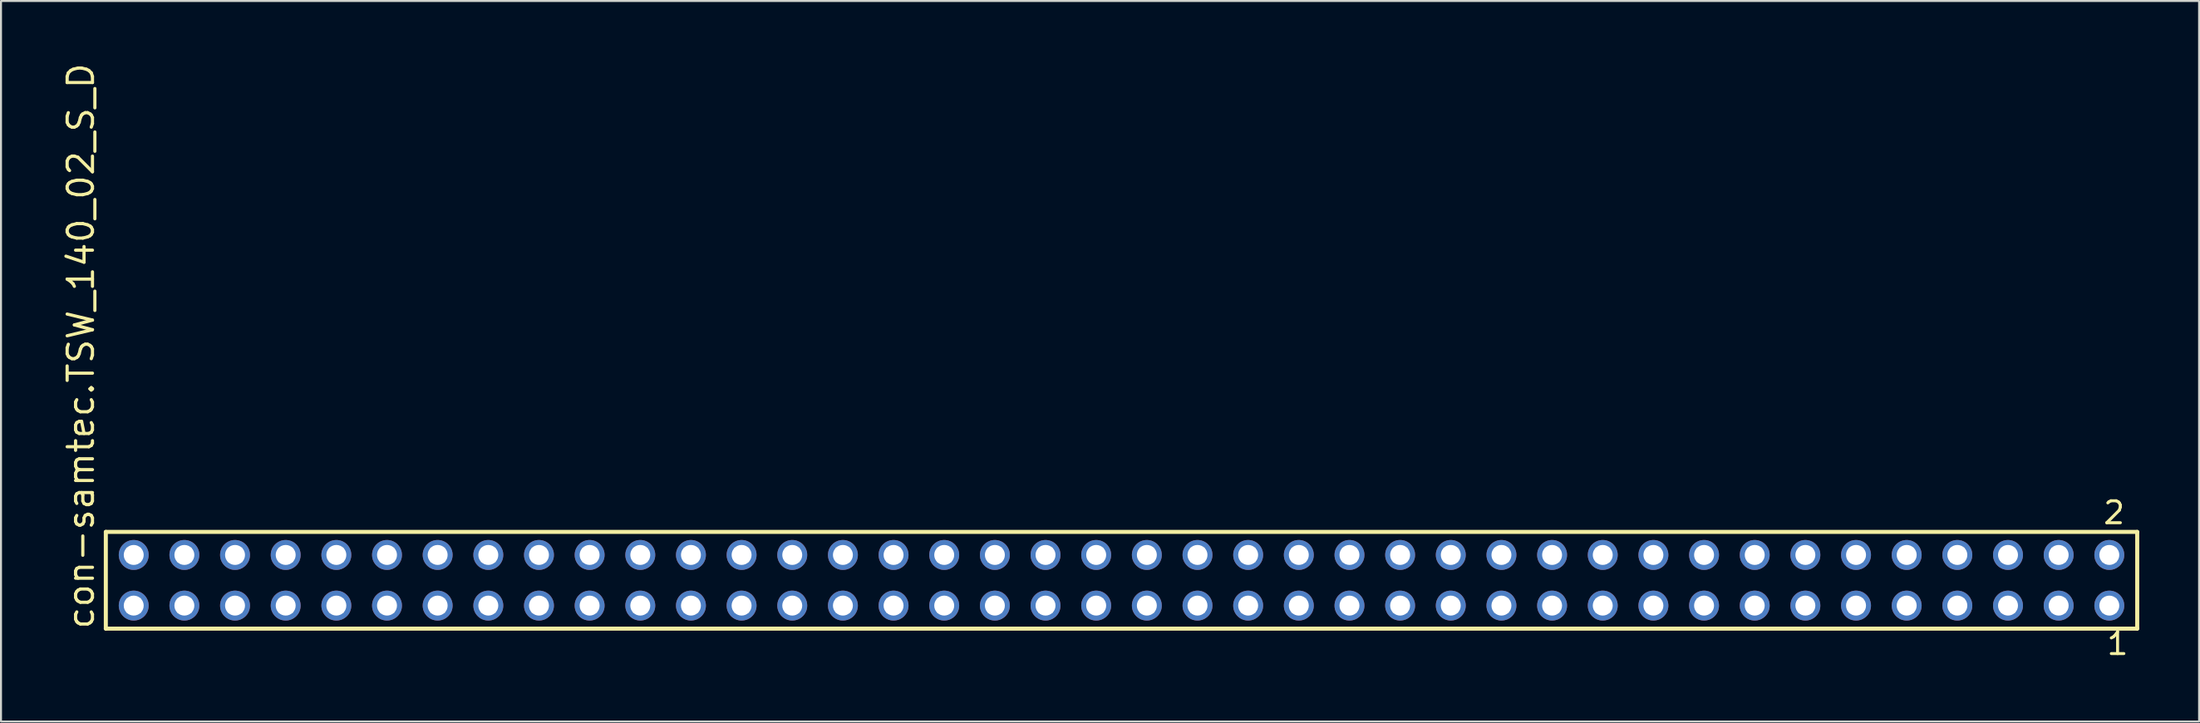
<source format=kicad_pcb>
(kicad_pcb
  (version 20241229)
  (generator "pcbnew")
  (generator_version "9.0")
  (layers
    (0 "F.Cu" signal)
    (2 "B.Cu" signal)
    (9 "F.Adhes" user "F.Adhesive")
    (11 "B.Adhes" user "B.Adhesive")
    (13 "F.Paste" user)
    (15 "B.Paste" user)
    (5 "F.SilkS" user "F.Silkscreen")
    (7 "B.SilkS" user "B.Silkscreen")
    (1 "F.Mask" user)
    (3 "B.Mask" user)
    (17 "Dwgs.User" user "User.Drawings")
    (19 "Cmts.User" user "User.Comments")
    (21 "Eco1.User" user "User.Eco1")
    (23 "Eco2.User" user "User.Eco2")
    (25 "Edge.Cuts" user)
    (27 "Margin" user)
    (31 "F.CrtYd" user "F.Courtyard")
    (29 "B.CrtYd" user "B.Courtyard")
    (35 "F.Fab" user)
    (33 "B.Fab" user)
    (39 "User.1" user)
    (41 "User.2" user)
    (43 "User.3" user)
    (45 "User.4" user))
  (footprint "con-samtec.TSW_140_02_S_D"
    (layer "F.Cu")
    (at 53.185 26.049)
    (property "Reference" "con-samtec.TSW_140_02_S_D" (at -51.435 2.54 90) (layer "F.SilkS") (effects (font (size 1.27 1.27) (thickness 0.16)) (justify left bottom)))
    (attr through_hole)
    (fp_line (start -50.929 -2.425) (end 50.929 -2.425) (stroke (width 0.203) (type default)) (layer "F.SilkS"))
    (fp_line (start -50.929 2.425) (end -50.929 -2.425) (stroke (width 0.203) (type default)) (layer "F.SilkS"))
    (fp_line (start 50.929 -2.425) (end 50.929 2.425) (stroke (width 0.203) (type default)) (layer "F.SilkS"))
    (fp_line (start 50.929 2.425) (end -50.929 2.425) (stroke (width 0.203) (type default)) (layer "F.SilkS"))
    (fp_rect (start -49.88 -0.92) (end -49.18 -1.62) (stroke (width 0.05) (type default)) (fill no) (layer "F.Fab"))
    (fp_rect (start -49.88 1.62) (end -49.18 0.92) (stroke (width 0.05) (type default)) (fill no) (layer "F.Fab"))
    (fp_rect (start -47.34 -0.92) (end -46.64 -1.62) (stroke (width 0.05) (type default)) (fill no) (layer "F.Fab"))
    (fp_rect (start -47.34 1.62) (end -46.64 0.92) (stroke (width 0.05) (type default)) (fill no) (layer "F.Fab"))
    (fp_rect (start -44.8 -0.92) (end -44.1 -1.62) (stroke (width 0.05) (type default)) (fill no) (layer "F.Fab"))
    (fp_rect (start -44.8 1.62) (end -44.1 0.92) (stroke (width 0.05) (type default)) (fill no) (layer "F.Fab"))
    (fp_rect (start -42.26 -0.92) (end -41.56 -1.62) (stroke (width 0.05) (type default)) (fill no) (layer "F.Fab"))
    (fp_rect (start -42.26 1.62) (end -41.56 0.92) (stroke (width 0.05) (type default)) (fill no) (layer "F.Fab"))
    (fp_rect (start -39.72 -0.92) (end -39.02 -1.62) (stroke (width 0.05) (type default)) (fill no) (layer "F.Fab"))
    (fp_rect (start -39.72 1.62) (end -39.02 0.92) (stroke (width 0.05) (type default)) (fill no) (layer "F.Fab"))
    (fp_rect (start -37.18 -0.92) (end -36.48 -1.62) (stroke (width 0.05) (type default)) (fill no) (layer "F.Fab"))
    (fp_rect (start -37.18 1.62) (end -36.48 0.92) (stroke (width 0.05) (type default)) (fill no) (layer "F.Fab"))
    (fp_rect (start -34.64 -0.92) (end -33.94 -1.62) (stroke (width 0.05) (type default)) (fill no) (layer "F.Fab"))
    (fp_rect (start -34.64 1.62) (end -33.94 0.92) (stroke (width 0.05) (type default)) (fill no) (layer "F.Fab"))
    (fp_rect (start -32.1 -0.92) (end -31.4 -1.62) (stroke (width 0.05) (type default)) (fill no) (layer "F.Fab"))
    (fp_rect (start -32.1 1.62) (end -31.4 0.92) (stroke (width 0.05) (type default)) (fill no) (layer "F.Fab"))
    (fp_rect (start -29.56 -0.92) (end -28.86 -1.62) (stroke (width 0.05) (type default)) (fill no) (layer "F.Fab"))
    (fp_rect (start -29.56 1.62) (end -28.86 0.92) (stroke (width 0.05) (type default)) (fill no) (layer "F.Fab"))
    (fp_rect (start -27.02 -0.92) (end -26.32 -1.62) (stroke (width 0.05) (type default)) (fill no) (layer "F.Fab"))
    (fp_rect (start -27.02 1.62) (end -26.32 0.92) (stroke (width 0.05) (type default)) (fill no) (layer "F.Fab"))
    (fp_rect (start -24.48 -0.92) (end -23.78 -1.62) (stroke (width 0.05) (type default)) (fill no) (layer "F.Fab"))
    (fp_rect (start -24.48 1.62) (end -23.78 0.92) (stroke (width 0.05) (type default)) (fill no) (layer "F.Fab"))
    (fp_rect (start -21.94 -0.92) (end -21.24 -1.62) (stroke (width 0.05) (type default)) (fill no) (layer "F.Fab"))
    (fp_rect (start -21.94 1.62) (end -21.24 0.92) (stroke (width 0.05) (type default)) (fill no) (layer "F.Fab"))
    (fp_rect (start -19.4 -0.92) (end -18.7 -1.62) (stroke (width 0.05) (type default)) (fill no) (layer "F.Fab"))
    (fp_rect (start -19.4 1.62) (end -18.7 0.92) (stroke (width 0.05) (type default)) (fill no) (layer "F.Fab"))
    (fp_rect (start -16.86 -0.92) (end -16.16 -1.62) (stroke (width 0.05) (type default)) (fill no) (layer "F.Fab"))
    (fp_rect (start -16.86 1.62) (end -16.16 0.92) (stroke (width 0.05) (type default)) (fill no) (layer "F.Fab"))
    (fp_rect (start -14.32 -0.92) (end -13.62 -1.62) (stroke (width 0.05) (type default)) (fill no) (layer "F.Fab"))
    (fp_rect (start -14.32 1.62) (end -13.62 0.92) (stroke (width 0.05) (type default)) (fill no) (layer "F.Fab"))
    (fp_rect (start -11.78 -0.92) (end -11.08 -1.62) (stroke (width 0.05) (type default)) (fill no) (layer "F.Fab"))
    (fp_rect (start -11.78 1.62) (end -11.08 0.92) (stroke (width 0.05) (type default)) (fill no) (layer "F.Fab"))
    (fp_rect (start -9.24 -0.92) (end -8.54 -1.62) (stroke (width 0.05) (type default)) (fill no) (layer "F.Fab"))
    (fp_rect (start -9.24 1.62) (end -8.54 0.92) (stroke (width 0.05) (type default)) (fill no) (layer "F.Fab"))
    (fp_rect (start -6.7 -0.92) (end -6 -1.62) (stroke (width 0.05) (type default)) (fill no) (layer "F.Fab"))
    (fp_rect (start -6.7 1.62) (end -6 0.92) (stroke (width 0.05) (type default)) (fill no) (layer "F.Fab"))
    (fp_rect (start -4.16 -0.92) (end -3.46 -1.62) (stroke (width 0.05) (type default)) (fill no) (layer "F.Fab"))
    (fp_rect (start -4.16 1.62) (end -3.46 0.92) (stroke (width 0.05) (type default)) (fill no) (layer "F.Fab"))
    (fp_rect (start -1.62 -0.92) (end -0.92 -1.62) (stroke (width 0.05) (type default)) (fill no) (layer "F.Fab"))
    (fp_rect (start -1.62 1.62) (end -0.92 0.92) (stroke (width 0.05) (type default)) (fill no) (layer "F.Fab"))
    (fp_rect (start 0.92 -0.92) (end 1.62 -1.62) (stroke (width 0.05) (type default)) (fill no) (layer "F.Fab"))
    (fp_rect (start 0.92 1.62) (end 1.62 0.92) (stroke (width 0.05) (type default)) (fill no) (layer "F.Fab"))
    (fp_rect (start 3.46 -0.92) (end 4.16 -1.62) (stroke (width 0.05) (type default)) (fill no) (layer "F.Fab"))
    (fp_rect (start 3.46 1.62) (end 4.16 0.92) (stroke (width 0.05) (type default)) (fill no) (layer "F.Fab"))
    (fp_rect (start 6 -0.92) (end 6.7 -1.62) (stroke (width 0.05) (type default)) (fill no) (layer "F.Fab"))
    (fp_rect (start 6 1.62) (end 6.7 0.92) (stroke (width 0.05) (type default)) (fill no) (layer "F.Fab"))
    (fp_rect (start 8.54 -0.92) (end 9.24 -1.62) (stroke (width 0.05) (type default)) (fill no) (layer "F.Fab"))
    (fp_rect (start 8.54 1.62) (end 9.24 0.92) (stroke (width 0.05) (type default)) (fill no) (layer "F.Fab"))
    (fp_rect (start 11.08 -0.92) (end 11.78 -1.62) (stroke (width 0.05) (type default)) (fill no) (layer "F.Fab"))
    (fp_rect (start 11.08 1.62) (end 11.78 0.92) (stroke (width 0.05) (type default)) (fill no) (layer "F.Fab"))
    (fp_rect (start 13.62 -0.92) (end 14.32 -1.62) (stroke (width 0.05) (type default)) (fill no) (layer "F.Fab"))
    (fp_rect (start 13.62 1.62) (end 14.32 0.92) (stroke (width 0.05) (type default)) (fill no) (layer "F.Fab"))
    (fp_rect (start 16.16 -0.92) (end 16.86 -1.62) (stroke (width 0.05) (type default)) (fill no) (layer "F.Fab"))
    (fp_rect (start 16.16 1.62) (end 16.86 0.92) (stroke (width 0.05) (type default)) (fill no) (layer "F.Fab"))
    (fp_rect (start 18.7 -0.92) (end 19.4 -1.62) (stroke (width 0.05) (type default)) (fill no) (layer "F.Fab"))
    (fp_rect (start 18.7 1.62) (end 19.4 0.92) (stroke (width 0.05) (type default)) (fill no) (layer "F.Fab"))
    (fp_rect (start 21.24 -0.92) (end 21.94 -1.62) (stroke (width 0.05) (type default)) (fill no) (layer "F.Fab"))
    (fp_rect (start 21.24 1.62) (end 21.94 0.92) (stroke (width 0.05) (type default)) (fill no) (layer "F.Fab"))
    (fp_rect (start 23.78 -0.92) (end 24.48 -1.62) (stroke (width 0.05) (type default)) (fill no) (layer "F.Fab"))
    (fp_rect (start 23.78 1.62) (end 24.48 0.92) (stroke (width 0.05) (type default)) (fill no) (layer "F.Fab"))
    (fp_rect (start 26.32 -0.92) (end 27.02 -1.62) (stroke (width 0.05) (type default)) (fill no) (layer "F.Fab"))
    (fp_rect (start 26.32 1.62) (end 27.02 0.92) (stroke (width 0.05) (type default)) (fill no) (layer "F.Fab"))
    (fp_rect (start 28.86 -0.92) (end 29.56 -1.62) (stroke (width 0.05) (type default)) (fill no) (layer "F.Fab"))
    (fp_rect (start 28.86 1.62) (end 29.56 0.92) (stroke (width 0.05) (type default)) (fill no) (layer "F.Fab"))
    (fp_rect (start 31.4 -0.92) (end 32.1 -1.62) (stroke (width 0.05) (type default)) (fill no) (layer "F.Fab"))
    (fp_rect (start 31.4 1.62) (end 32.1 0.92) (stroke (width 0.05) (type default)) (fill no) (layer "F.Fab"))
    (fp_rect (start 33.94 -0.92) (end 34.64 -1.62) (stroke (width 0.05) (type default)) (fill no) (layer "F.Fab"))
    (fp_rect (start 33.94 1.62) (end 34.64 0.92) (stroke (width 0.05) (type default)) (fill no) (layer "F.Fab"))
    (fp_rect (start 36.48 -0.92) (end 37.18 -1.62) (stroke (width 0.05) (type default)) (fill no) (layer "F.Fab"))
    (fp_rect (start 36.48 1.62) (end 37.18 0.92) (stroke (width 0.05) (type default)) (fill no) (layer "F.Fab"))
    (fp_rect (start 39.02 -0.92) (end 39.72 -1.62) (stroke (width 0.05) (type default)) (fill no) (layer "F.Fab"))
    (fp_rect (start 39.02 1.62) (end 39.72 0.92) (stroke (width 0.05) (type default)) (fill no) (layer "F.Fab"))
    (fp_rect (start 41.56 -0.92) (end 42.26 -1.62) (stroke (width 0.05) (type default)) (fill no) (layer "F.Fab"))
    (fp_rect (start 41.56 1.62) (end 42.26 0.92) (stroke (width 0.05) (type default)) (fill no) (layer "F.Fab"))
    (fp_rect (start 44.1 -0.92) (end 44.8 -1.62) (stroke (width 0.05) (type default)) (fill no) (layer "F.Fab"))
    (fp_rect (start 44.1 1.62) (end 44.8 0.92) (stroke (width 0.05) (type default)) (fill no) (layer "F.Fab"))
    (fp_rect (start 46.64 -0.92) (end 47.34 -1.62) (stroke (width 0.05) (type default)) (fill no) (layer "F.Fab"))
    (fp_rect (start 46.64 1.62) (end 47.34 0.92) (stroke (width 0.05) (type default)) (fill no) (layer "F.Fab"))
    (fp_rect (start 49.18 -0.92) (end 49.88 -1.62) (stroke (width 0.05) (type default)) (fill no) (layer "F.Fab"))
    (fp_rect (start 49.18 1.62) (end 49.88 0.92) (stroke (width 0.05) (type default)) (fill no) (layer "F.Fab"))
    (fp_text user "1" (at 49.322 3.818 0) (layer "F.SilkS") (effects (font (size 1.1 1.1) (thickness 0.15)) (justify left bottom)))
    (fp_text user "2" (at 49.147 -2.744 0) (layer "F.SilkS") (effects (font (size 1.1 1.1) (thickness 0.15)) (justify left bottom)))
    (pad "1" thru_hole circle (at 49.53 1.27 180) (size 1.5 1.5) (drill 1) (layers "*.Cu" "*.Mask"))
    (pad "2" thru_hole circle (at 49.53 -1.27 180) (size 1.5 1.5) (drill 1) (layers "*.Cu" "*.Mask"))
    (pad "3" thru_hole circle (at 46.99 1.27 180) (size 1.5 1.5) (drill 1) (layers "*.Cu" "*.Mask"))
    (pad "4" thru_hole circle (at 46.99 -1.27 180) (size 1.5 1.5) (drill 1) (layers "*.Cu" "*.Mask"))
    (pad "5" thru_hole circle (at 44.45 1.27 180) (size 1.5 1.5) (drill 1) (layers "*.Cu" "*.Mask"))
    (pad "6" thru_hole circle (at 44.45 -1.27 180) (size 1.5 1.5) (drill 1) (layers "*.Cu" "*.Mask"))
    (pad "7" thru_hole circle (at 41.91 1.27 180) (size 1.5 1.5) (drill 1) (layers "*.Cu" "*.Mask"))
    (pad "8" thru_hole circle (at 41.91 -1.27 180) (size 1.5 1.5) (drill 1) (layers "*.Cu" "*.Mask"))
    (pad "9" thru_hole circle (at 39.37 1.27 180) (size 1.5 1.5) (drill 1) (layers "*.Cu" "*.Mask"))
    (pad "10" thru_hole circle (at 39.37 -1.27 180) (size 1.5 1.5) (drill 1) (layers "*.Cu" "*.Mask"))
    (pad "11" thru_hole circle (at 36.83 1.27 180) (size 1.5 1.5) (drill 1) (layers "*.Cu" "*.Mask"))
    (pad "12" thru_hole circle (at 36.83 -1.27 180) (size 1.5 1.5) (drill 1) (layers "*.Cu" "*.Mask"))
    (pad "13" thru_hole circle (at 34.29 1.27 180) (size 1.5 1.5) (drill 1) (layers "*.Cu" "*.Mask"))
    (pad "14" thru_hole circle (at 34.29 -1.27 180) (size 1.5 1.5) (drill 1) (layers "*.Cu" "*.Mask"))
    (pad "15" thru_hole circle (at 31.75 1.27 180) (size 1.5 1.5) (drill 1) (layers "*.Cu" "*.Mask"))
    (pad "16" thru_hole circle (at 31.75 -1.27 180) (size 1.5 1.5) (drill 1) (layers "*.Cu" "*.Mask"))
    (pad "17" thru_hole circle (at 29.21 1.27 180) (size 1.5 1.5) (drill 1) (layers "*.Cu" "*.Mask"))
    (pad "18" thru_hole circle (at 29.21 -1.27 180) (size 1.5 1.5) (drill 1) (layers "*.Cu" "*.Mask"))
    (pad "19" thru_hole circle (at 26.67 1.27 180) (size 1.5 1.5) (drill 1) (layers "*.Cu" "*.Mask"))
    (pad "20" thru_hole circle (at 26.67 -1.27 180) (size 1.5 1.5) (drill 1) (layers "*.Cu" "*.Mask"))
    (pad "21" thru_hole circle (at 24.13 1.27 180) (size 1.5 1.5) (drill 1) (layers "*.Cu" "*.Mask"))
    (pad "22" thru_hole circle (at 24.13 -1.27 180) (size 1.5 1.5) (drill 1) (layers "*.Cu" "*.Mask"))
    (pad "23" thru_hole circle (at 21.59 1.27 180) (size 1.5 1.5) (drill 1) (layers "*.Cu" "*.Mask"))
    (pad "24" thru_hole circle (at 21.59 -1.27 180) (size 1.5 1.5) (drill 1) (layers "*.Cu" "*.Mask"))
    (pad "25" thru_hole circle (at 19.05 1.27 180) (size 1.5 1.5) (drill 1) (layers "*.Cu" "*.Mask"))
    (pad "26" thru_hole circle (at 19.05 -1.27 180) (size 1.5 1.5) (drill 1) (layers "*.Cu" "*.Mask"))
    (pad "27" thru_hole circle (at 16.51 1.27 180) (size 1.5 1.5) (drill 1) (layers "*.Cu" "*.Mask"))
    (pad "28" thru_hole circle (at 16.51 -1.27 180) (size 1.5 1.5) (drill 1) (layers "*.Cu" "*.Mask"))
    (pad "29" thru_hole circle (at 13.97 1.27 180) (size 1.5 1.5) (drill 1) (layers "*.Cu" "*.Mask"))
    (pad "30" thru_hole circle (at 13.97 -1.27 180) (size 1.5 1.5) (drill 1) (layers "*.Cu" "*.Mask"))
    (pad "31" thru_hole circle (at 11.43 1.27 180) (size 1.5 1.5) (drill 1) (layers "*.Cu" "*.Mask"))
    (pad "32" thru_hole circle (at 11.43 -1.27 180) (size 1.5 1.5) (drill 1) (layers "*.Cu" "*.Mask"))
    (pad "33" thru_hole circle (at 8.89 1.27 180) (size 1.5 1.5) (drill 1) (layers "*.Cu" "*.Mask"))
    (pad "34" thru_hole circle (at 8.89 -1.27 180) (size 1.5 1.5) (drill 1) (layers "*.Cu" "*.Mask"))
    (pad "35" thru_hole circle (at 6.35 1.27 180) (size 1.5 1.5) (drill 1) (layers "*.Cu" "*.Mask"))
    (pad "36" thru_hole circle (at 6.35 -1.27 180) (size 1.5 1.5) (drill 1) (layers "*.Cu" "*.Mask"))
    (pad "37" thru_hole circle (at 3.81 1.27 180) (size 1.5 1.5) (drill 1) (layers "*.Cu" "*.Mask"))
    (pad "38" thru_hole circle (at 3.81 -1.27 180) (size 1.5 1.5) (drill 1) (layers "*.Cu" "*.Mask"))
    (pad "39" thru_hole circle (at 1.27 1.27 180) (size 1.5 1.5) (drill 1) (layers "*.Cu" "*.Mask"))
    (pad "40" thru_hole circle (at 1.27 -1.27 180) (size 1.5 1.5) (drill 1) (layers "*.Cu" "*.Mask"))
    (pad "41" thru_hole circle (at -1.27 1.27 180) (size 1.5 1.5) (drill 1) (layers "*.Cu" "*.Mask"))
    (pad "42" thru_hole circle (at -1.27 -1.27 180) (size 1.5 1.5) (drill 1) (layers "*.Cu" "*.Mask"))
    (pad "43" thru_hole circle (at -3.81 1.27 180) (size 1.5 1.5) (drill 1) (layers "*.Cu" "*.Mask"))
    (pad "44" thru_hole circle (at -3.81 -1.27 180) (size 1.5 1.5) (drill 1) (layers "*.Cu" "*.Mask"))
    (pad "45" thru_hole circle (at -6.35 1.27 180) (size 1.5 1.5) (drill 1) (layers "*.Cu" "*.Mask"))
    (pad "46" thru_hole circle (at -6.35 -1.27 180) (size 1.5 1.5) (drill 1) (layers "*.Cu" "*.Mask"))
    (pad "47" thru_hole circle (at -8.89 1.27 180) (size 1.5 1.5) (drill 1) (layers "*.Cu" "*.Mask"))
    (pad "48" thru_hole circle (at -8.89 -1.27 180) (size 1.5 1.5) (drill 1) (layers "*.Cu" "*.Mask"))
    (pad "49" thru_hole circle (at -11.43 1.27 180) (size 1.5 1.5) (drill 1) (layers "*.Cu" "*.Mask"))
    (pad "50" thru_hole circle (at -11.43 -1.27 180) (size 1.5 1.5) (drill 1) (layers "*.Cu" "*.Mask"))
    (pad "51" thru_hole circle (at -13.97 1.27 180) (size 1.5 1.5) (drill 1) (layers "*.Cu" "*.Mask"))
    (pad "52" thru_hole circle (at -13.97 -1.27 180) (size 1.5 1.5) (drill 1) (layers "*.Cu" "*.Mask"))
    (pad "53" thru_hole circle (at -16.51 1.27 180) (size 1.5 1.5) (drill 1) (layers "*.Cu" "*.Mask"))
    (pad "54" thru_hole circle (at -16.51 -1.27 180) (size 1.5 1.5) (drill 1) (layers "*.Cu" "*.Mask"))
    (pad "55" thru_hole circle (at -19.05 1.27 180) (size 1.5 1.5) (drill 1) (layers "*.Cu" "*.Mask"))
    (pad "56" thru_hole circle (at -19.05 -1.27 180) (size 1.5 1.5) (drill 1) (layers "*.Cu" "*.Mask"))
    (pad "57" thru_hole circle (at -21.59 1.27 180) (size 1.5 1.5) (drill 1) (layers "*.Cu" "*.Mask"))
    (pad "58" thru_hole circle (at -21.59 -1.27 180) (size 1.5 1.5) (drill 1) (layers "*.Cu" "*.Mask"))
    (pad "59" thru_hole circle (at -24.13 1.27 180) (size 1.5 1.5) (drill 1) (layers "*.Cu" "*.Mask"))
    (pad "60" thru_hole circle (at -24.13 -1.27 180) (size 1.5 1.5) (drill 1) (layers "*.Cu" "*.Mask"))
    (pad "61" thru_hole circle (at -26.67 1.27 180) (size 1.5 1.5) (drill 1) (layers "*.Cu" "*.Mask"))
    (pad "62" thru_hole circle (at -26.67 -1.27 180) (size 1.5 1.5) (drill 1) (layers "*.Cu" "*.Mask"))
    (pad "63" thru_hole circle (at -29.21 1.27 180) (size 1.5 1.5) (drill 1) (layers "*.Cu" "*.Mask"))
    (pad "64" thru_hole circle (at -29.21 -1.27 180) (size 1.5 1.5) (drill 1) (layers "*.Cu" "*.Mask"))
    (pad "65" thru_hole circle (at -31.75 1.27 180) (size 1.5 1.5) (drill 1) (layers "*.Cu" "*.Mask"))
    (pad "66" thru_hole circle (at -31.75 -1.27 180) (size 1.5 1.5) (drill 1) (layers "*.Cu" "*.Mask"))
    (pad "67" thru_hole circle (at -34.29 1.27 180) (size 1.5 1.5) (drill 1) (layers "*.Cu" "*.Mask"))
    (pad "68" thru_hole circle (at -34.29 -1.27 180) (size 1.5 1.5) (drill 1) (layers "*.Cu" "*.Mask"))
    (pad "69" thru_hole circle (at -36.83 1.27 180) (size 1.5 1.5) (drill 1) (layers "*.Cu" "*.Mask"))
    (pad "70" thru_hole circle (at -36.83 -1.27 180) (size 1.5 1.5) (drill 1) (layers "*.Cu" "*.Mask"))
    (pad "71" thru_hole circle (at -39.37 1.27 180) (size 1.5 1.5) (drill 1) (layers "*.Cu" "*.Mask"))
    (pad "72" thru_hole circle (at -39.37 -1.27 180) (size 1.5 1.5) (drill 1) (layers "*.Cu" "*.Mask"))
    (pad "73" thru_hole circle (at -41.91 1.27 180) (size 1.5 1.5) (drill 1) (layers "*.Cu" "*.Mask"))
    (pad "74" thru_hole circle (at -41.91 -1.27 180) (size 1.5 1.5) (drill 1) (layers "*.Cu" "*.Mask"))
    (pad "75" thru_hole circle (at -44.45 1.27 180) (size 1.5 1.5) (drill 1) (layers "*.Cu" "*.Mask"))
    (pad "76" thru_hole circle (at -44.45 -1.27 180) (size 1.5 1.5) (drill 1) (layers "*.Cu" "*.Mask"))
    (pad "77" thru_hole circle (at -46.99 1.27 180) (size 1.5 1.5) (drill 1) (layers "*.Cu" "*.Mask"))
    (pad "78" thru_hole circle (at -46.99 -1.27 180) (size 1.5 1.5) (drill 1) (layers "*.Cu" "*.Mask"))
    (pad "79" thru_hole circle (at -49.53 1.27 180) (size 1.5 1.5) (drill 1) (layers "*.Cu" "*.Mask"))
    (pad "80" thru_hole circle (at -49.53 -1.27 180) (size 1.5 1.5) (drill 1) (layers "*.Cu" "*.Mask")))
  (gr_rect
    (start -3 -3)
    (end 107.216 33.131)
    (stroke (width 0.1) (type default))
    (fill no)
    (layer "Edge.Cuts")))
</source>
